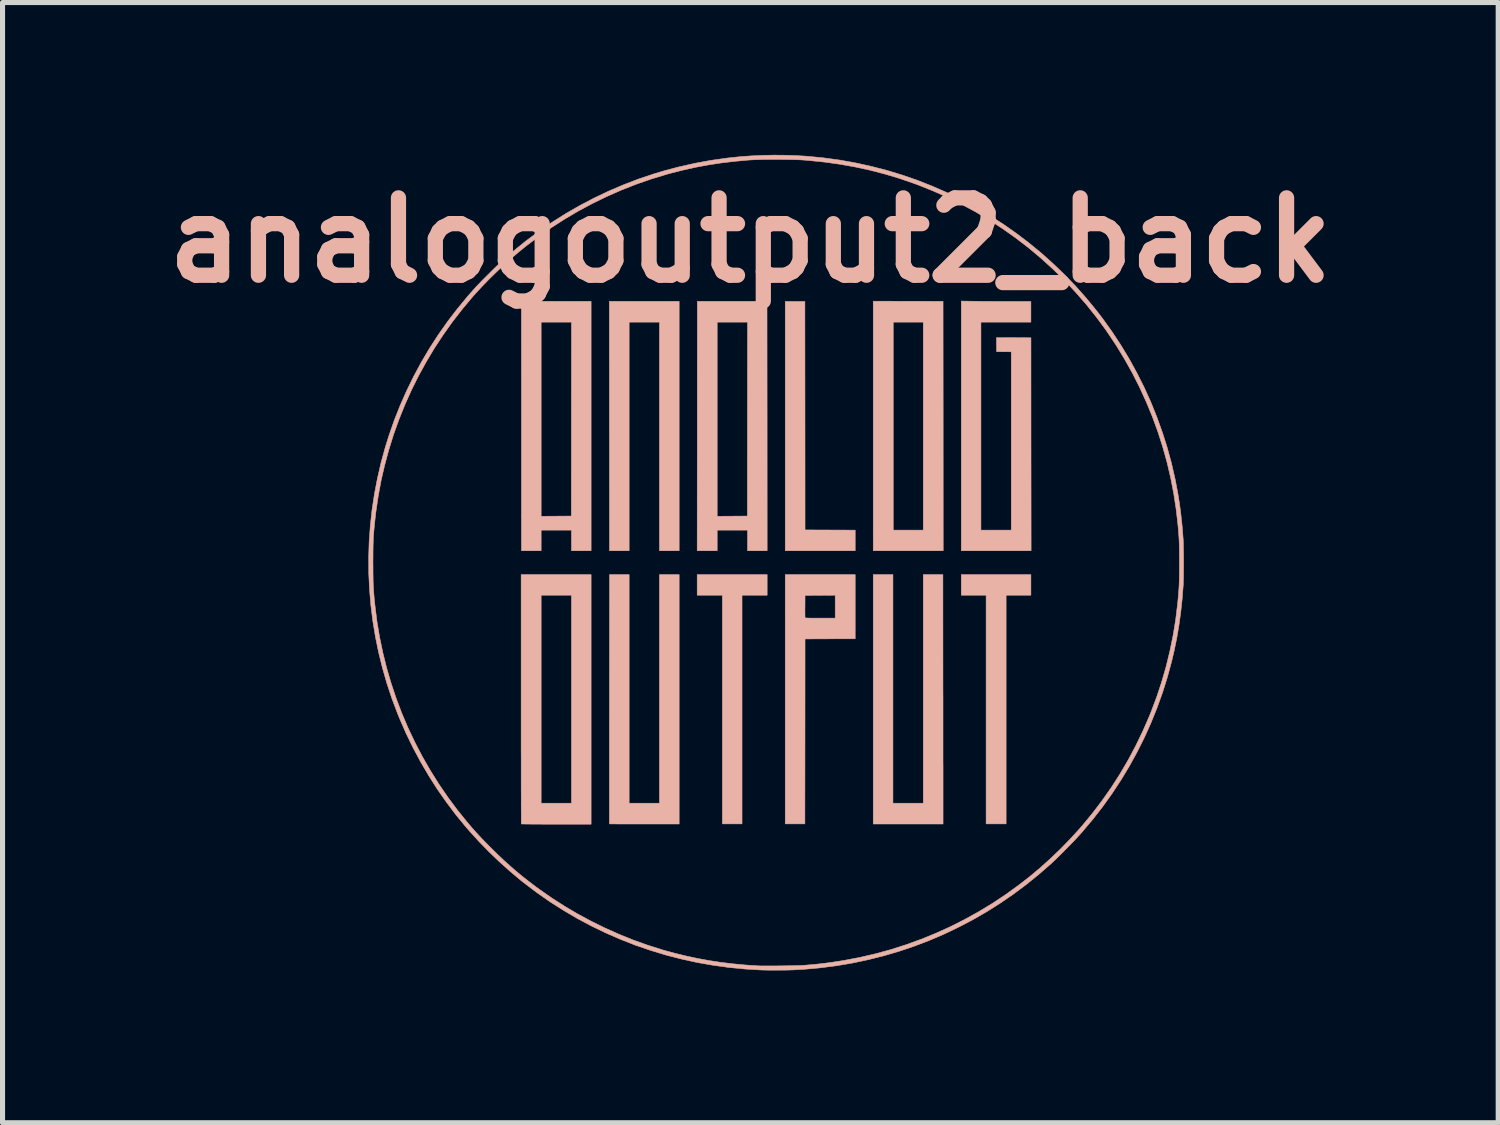
<source format=kicad_pcb>
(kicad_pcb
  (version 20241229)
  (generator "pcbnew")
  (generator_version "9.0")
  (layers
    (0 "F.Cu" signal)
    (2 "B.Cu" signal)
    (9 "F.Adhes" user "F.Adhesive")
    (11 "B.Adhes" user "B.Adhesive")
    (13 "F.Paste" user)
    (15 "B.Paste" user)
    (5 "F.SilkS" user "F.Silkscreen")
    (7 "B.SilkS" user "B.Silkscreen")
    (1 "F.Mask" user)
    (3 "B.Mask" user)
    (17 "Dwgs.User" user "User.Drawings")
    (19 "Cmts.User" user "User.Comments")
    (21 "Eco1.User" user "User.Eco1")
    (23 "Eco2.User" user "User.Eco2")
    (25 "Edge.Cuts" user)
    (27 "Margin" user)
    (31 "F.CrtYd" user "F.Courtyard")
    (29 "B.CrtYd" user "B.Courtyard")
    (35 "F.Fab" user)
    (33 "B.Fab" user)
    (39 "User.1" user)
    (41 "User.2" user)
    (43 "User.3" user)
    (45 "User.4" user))
  (footprint "analogoutput2_back"
    (layer "F.Cu")
    (at 12.236 8.031)
    (property "Reference" "analogoutput2_back" (at -0.508 -6.35 0) (layer "B.SilkS") (effects (font (size 1.524 1.524) (thickness 0.3))))
    (attr through_hole)
    (fp_poly (pts (xy -0.178 0.641) (xy -0.673 0.641) (xy -0.673 5.144) (xy -1.06 5.144) (xy -1.06 0.641) (xy -1.556 0.641) (xy -1.556 0.235) (xy -0.178 0.235) (xy -0.178 0.641)) (stroke (width 0.01) (type solid)) (fill yes) (layer "B.SilkS"))
    (fp_poly (pts (xy 0.567 -2.894) (xy 0.568 -0.645) (xy 1.062 -0.643) (xy 1.556 -0.641) (xy 1.556 -0.235) (xy 0.178 -0.235) (xy 0.178 -5.144) (xy 0.565 -5.144) (xy 0.567 -2.894)) (stroke (width 0.01) (type solid)) (fill yes) (layer "B.SilkS"))
    (fp_poly (pts (xy 5.016 0.641) (xy 4.528 0.641) (xy 4.528 5.144) (xy 4.134 5.144) (xy 4.134 0.641) (xy 3.645 0.641) (xy 3.645 0.235) (xy 5.016 0.235) (xy 5.016 0.641)) (stroke (width 0.01) (type solid)) (fill yes) (layer "B.SilkS"))
    (fp_poly (pts (xy 2.599 -5.148) (xy 3.286 -5.147) (xy 3.288 -2.691) (xy 3.289 -0.235) (xy 1.911 -0.235) (xy 1.911 -4.737) (xy 2.305 -4.737) (xy 2.305 -0.641) (xy 2.896 -0.641) (xy 2.896 -4.737) (xy 2.305 -4.737) (xy 1.911 -4.737) (xy 1.911 -5.15) (xy 2.599 -5.148)) (stroke (width 0.01) (type solid)) (fill yes) (layer "B.SilkS"))
    (fp_poly (pts (xy -0.179 -2.691) (xy -0.178 -0.235) (xy -0.565 -0.235) (xy -0.565 -0.641) (xy -1.162 -0.641) (xy -1.162 -0.235) (xy -1.556 -0.235) (xy -1.554 -2.691) (xy -1.553 -4.737) (xy -1.162 -4.737) (xy -1.162 -0.914) (xy -0.865 -0.916) (xy -0.568 -0.918) (xy -0.567 -2.827) (xy -0.565 -4.737) (xy -1.162 -4.737) (xy -1.553 -4.737) (xy -1.553 -5.147) (xy -0.181 -5.147) (xy -0.179 -2.691)) (stroke (width 0.01) (type solid)) (fill yes) (layer "B.SilkS"))
    (fp_poly (pts (xy 3.935 -5.148) (xy 3.999 -5.147) (xy 4.072 -5.146) (xy 4.153 -5.145) (xy 4.24 -5.145) (xy 4.329 -5.144) (xy 4.419 -5.144) (xy 4.507 -5.144) (xy 4.591 -5.144) (xy 4.621 -5.144) (xy 5.016 -5.144) (xy 5.016 -4.737) (xy 4.032 -4.737) (xy 4.032 -0.641) (xy 4.629 -0.641) (xy 4.629 -4.153) (xy 4.485 -4.154) (xy 4.34 -4.156) (xy 4.339 -4.294) (xy 4.337 -4.432) (xy 4.677 -4.431) (xy 5.017 -4.429) (xy 5.018 -2.332) (xy 5.02 -0.235) (xy 3.645 -0.235) (xy 3.645 -5.152) (xy 3.935 -5.148)) (stroke (width 0.01) (type solid)) (fill yes) (layer "B.SilkS"))
    (fp_poly (pts (xy -1.911 -0.235) (xy -2.299 -0.235) (xy -2.299 -4.737) (xy -2.896 -4.737) (xy -2.896 -0.235) (xy -3.283 -0.235) (xy -3.284 -2.486) (xy -3.285 -2.657) (xy -3.285 -2.825) (xy -3.285 -2.991) (xy -3.285 -3.153) (xy -3.285 -3.312) (xy -3.285 -3.466) (xy -3.285 -3.616) (xy -3.285 -3.76) (xy -3.285 -3.899) (xy -3.286 -4.032) (xy -3.286 -4.157) (xy -3.286 -4.276) (xy -3.286 -4.386) (xy -3.286 -4.488) (xy -3.286 -4.582) (xy -3.286 -4.666) (xy -3.286 -4.74) (xy -3.286 -4.804) (xy -3.286 -4.857) (xy -3.286 -4.899) (xy -3.286 -4.929) (xy -3.286 -4.942) (xy -3.286 -5.147) (xy -2.599 -5.147) (xy -1.911 -5.147) (xy -1.911 -0.235)) (stroke (width 0.01) (type solid)) (fill yes) (layer "B.SilkS"))
    (fp_poly (pts (xy 1.556 1.499) (xy 1.062 1.5) (xy 0.568 1.502) (xy 0.567 3.323) (xy 0.565 5.144) (xy 0.178 5.144) (xy 0.178 0.959) (xy 0.566 0.959) (xy 0.566 1.001) (xy 0.567 1.036) (xy 0.567 1.063) (xy 0.568 1.079) (xy 0.568 1.084) (xy 0.571 1.086) (xy 0.58 1.088) (xy 0.596 1.089) (xy 0.619 1.09) (xy 0.65 1.091) (xy 0.691 1.092) (xy 0.741 1.092) (xy 0.803 1.092) (xy 0.867 1.092) (xy 1.162 1.092) (xy 1.162 0.641) (xy 0.865 0.643) (xy 0.568 0.645) (xy 0.567 0.86) (xy 0.566 0.912) (xy 0.566 0.959) (xy 0.178 0.959) (xy 0.178 0.235) (xy 1.556 0.235) (xy 1.556 1.499)) (stroke (width 0.01) (type solid)) (fill yes) (layer "B.SilkS"))
    (fp_poly (pts (xy 2.299 4.737) (xy 2.896 4.737) (xy 2.896 0.235) (xy 3.283 0.235) (xy 3.284 2.486) (xy 3.285 2.657) (xy 3.285 2.825) (xy 3.285 2.991) (xy 3.285 3.153) (xy 3.285 3.312) (xy 3.285 3.466) (xy 3.285 3.616) (xy 3.285 3.76) (xy 3.285 3.899) (xy 3.286 4.032) (xy 3.286 4.157) (xy 3.286 4.276) (xy 3.286 4.386) (xy 3.286 4.488) (xy 3.286 4.582) (xy 3.286 4.666) (xy 3.286 4.74) (xy 3.286 4.804) (xy 3.286 4.857) (xy 3.286 4.899) (xy 3.286 4.929) (xy 3.286 4.942) (xy 3.286 5.147) (xy 2.599 5.147) (xy 1.911 5.147) (xy 1.911 0.235) (xy 2.299 0.235) (xy 2.299 4.737)) (stroke (width 0.01) (type solid)) (fill yes) (layer "B.SilkS"))
    (fp_poly (pts (xy -3.645 -0.235) (xy -4.032 -0.235) (xy -4.032 -0.641) (xy -4.629 -0.641) (xy -4.629 -0.235) (xy -5.016 -0.235) (xy -5.017 -0.437) (xy -5.017 -0.458) (xy -5.017 -0.492) (xy -5.017 -0.537) (xy -5.017 -0.594) (xy -5.017 -0.662) (xy -5.017 -0.739) (xy -5.017 -0.826) (xy -5.017 -0.923) (xy -5.017 -1.028) (xy -5.017 -1.141) (xy -5.017 -1.261) (xy -5.017 -1.389) (xy -5.017 -1.524) (xy -5.017 -1.664) (xy -5.017 -1.811) (xy -5.017 -1.962) (xy -5.017 -2.118) (xy -5.017 -2.278) (xy -5.017 -2.441) (xy -5.017 -2.608) (xy -5.017 -2.777) (xy -5.017 -2.892) (xy -5.018 -4.737) (xy -4.629 -4.737) (xy -4.629 -0.914) (xy -4.332 -0.916) (xy -4.035 -0.918) (xy -4.034 -2.827) (xy -4.032 -4.737) (xy -4.629 -4.737) (xy -5.018 -4.737) (xy -5.018 -5.147) (xy -4.331 -5.147) (xy -3.645 -5.147) (xy -3.645 -0.235)) (stroke (width 0.01) (type solid)) (fill yes) (layer "B.SilkS"))
    (fp_poly (pts (xy -2.896 4.737) (xy -2.299 4.737) (xy -2.299 0.235) (xy -1.911 0.235) (xy -1.911 5.147) (xy -2.598 5.147) (xy -2.69 5.147) (xy -2.778 5.147) (xy -2.863 5.147) (xy -2.942 5.147) (xy -3.014 5.146) (xy -3.08 5.146) (xy -3.138 5.146) (xy -3.188 5.145) (xy -3.228 5.145) (xy -3.259 5.145) (xy -3.278 5.144) (xy -3.285 5.144) (xy -3.285 5.144) (xy -3.285 5.137) (xy -3.285 5.118) (xy -3.285 5.088) (xy -3.285 5.046) (xy -3.285 4.993) (xy -3.285 4.929) (xy -3.285 4.856) (xy -3.285 4.772) (xy -3.285 4.68) (xy -3.285 4.578) (xy -3.285 4.469) (xy -3.285 4.351) (xy -3.285 4.226) (xy -3.285 4.094) (xy -3.285 3.955) (xy -3.285 3.81) (xy -3.285 3.659) (xy -3.285 3.503) (xy -3.285 3.342) (xy -3.285 3.177) (xy -3.284 3.007) (xy -3.284 2.834) (xy -3.284 2.688) (xy -3.282 0.235) (xy -2.896 0.235) (xy -2.896 4.737)) (stroke (width 0.01) (type solid)) (fill yes) (layer "B.SilkS"))
    (fp_poly (pts (xy -3.645 5.15) (xy -4.33 5.15) (xy -4.422 5.15) (xy -4.51 5.15) (xy -4.595 5.15) (xy -4.674 5.149) (xy -4.747 5.149) (xy -4.813 5.149) (xy -4.871 5.148) (xy -4.921 5.148) (xy -4.961 5.147) (xy -4.992 5.147) (xy -5.011 5.146) (xy -5.019 5.146) (xy -5.019 5.146) (xy -5.019 5.139) (xy -5.019 5.12) (xy -5.02 5.089) (xy -5.02 5.047) (xy -5.02 4.994) (xy -5.02 4.931) (xy -5.021 4.857) (xy -5.021 4.774) (xy -5.021 4.681) (xy -5.021 4.58) (xy -5.022 4.47) (xy -5.022 4.352) (xy -5.022 4.227) (xy -5.022 4.095) (xy -5.022 3.956) (xy -5.022 3.811) (xy -5.023 3.66) (xy -5.023 3.504) (xy -5.023 3.343) (xy -5.023 3.178) (xy -5.023 3.008) (xy -5.023 2.835) (xy -5.023 2.688) (xy -5.023 0.641) (xy -4.629 0.641) (xy -4.629 4.737) (xy -4.032 4.737) (xy -4.032 0.641) (xy -4.629 0.641) (xy -5.023 0.641) (xy -5.023 0.235) (xy -3.645 0.235) (xy -3.645 5.15)) (stroke (width 0.01) (type solid)) (fill yes) (layer "B.SilkS"))
    (fp_poly (pts (xy 0.175 -8.024) (xy 0.391 -8.017) (xy 0.599 -8.005) (xy 0.61 -8.004) (xy 0.928 -7.973) (xy 1.245 -7.93) (xy 1.558 -7.874) (xy 1.868 -7.806) (xy 2.175 -7.727) (xy 2.478 -7.635) (xy 2.777 -7.532) (xy 3.071 -7.416) (xy 3.361 -7.289) (xy 3.646 -7.151) (xy 3.926 -7.001) (xy 4.2 -6.84) (xy 4.469 -6.668) (xy 4.724 -6.489) (xy 4.972 -6.301) (xy 5.214 -6.103) (xy 5.448 -5.894) (xy 5.675 -5.676) (xy 5.893 -5.45) (xy 6.102 -5.215) (xy 6.3 -4.974) (xy 6.434 -4.8) (xy 6.619 -4.541) (xy 6.793 -4.276) (xy 6.957 -4.004) (xy 7.109 -3.726) (xy 7.251 -3.443) (xy 7.381 -3.155) (xy 7.499 -2.861) (xy 7.606 -2.563) (xy 7.702 -2.261) (xy 7.785 -1.956) (xy 7.856 -1.647) (xy 7.909 -1.368) (xy 7.937 -1.196) (xy 7.961 -1.025) (xy 7.981 -0.852) (xy 7.999 -0.674) (xy 8.013 -0.488) (xy 8.015 -0.46) (xy 8.017 -0.42) (xy 8.019 -0.369) (xy 8.02 -0.309) (xy 8.021 -0.241) (xy 8.022 -0.168) (xy 8.023 -0.091) (xy 8.023 -0.012) (xy 8.023 0.068) (xy 8.022 0.145) (xy 8.022 0.22) (xy 8.021 0.289) (xy 8.019 0.351) (xy 8.018 0.405) (xy 8.016 0.448) (xy 8.015 0.457) (xy 7.994 0.725) (xy 7.966 0.984) (xy 7.931 1.236) (xy 7.889 1.483) (xy 7.839 1.726) (xy 7.788 1.943) (xy 7.704 2.253) (xy 7.608 2.559) (xy 7.5 2.859) (xy 7.381 3.154) (xy 7.251 3.443) (xy 7.109 3.727) (xy 6.956 4.005) (xy 6.792 4.277) (xy 6.617 4.543) (xy 6.431 4.803) (xy 6.234 5.056) (xy 6.026 5.302) (xy 5.954 5.383) (xy 5.922 5.418) (xy 5.883 5.46) (xy 5.837 5.508) (xy 5.787 5.559) (xy 5.734 5.613) (xy 5.68 5.668) (xy 5.625 5.723) (xy 5.573 5.775) (xy 5.523 5.824) (xy 5.478 5.867) (xy 5.439 5.903) (xy 5.42 5.922) (xy 5.177 6.134) (xy 4.928 6.336) (xy 4.672 6.527) (xy 4.41 6.707) (xy 4.142 6.876) (xy 3.868 7.034) (xy 3.588 7.18) (xy 3.304 7.316) (xy 3.014 7.44) (xy 2.72 7.552) (xy 2.421 7.653) (xy 2.118 7.742) (xy 1.811 7.819) (xy 1.501 7.885) (xy 1.186 7.938) (xy 0.869 7.979) (xy 0.549 8.008) (xy 0.333 8.02) (xy 0.294 8.021) (xy 0.245 8.023) (xy 0.187 8.024) (xy 0.124 8.024) (xy 0.058 8.025) (xy -0.01 8.025) (xy -0.076 8.025) (xy -0.139 8.025) (xy -0.196 8.024) (xy -0.246 8.023) (xy -0.285 8.022) (xy -0.289 8.022) (xy -0.611 8.003) (xy -0.93 7.972) (xy -1.246 7.928) (xy -1.56 7.873) (xy -1.869 7.805) (xy -2.176 7.726) (xy -2.478 7.634) (xy -2.776 7.532) (xy -3.069 7.417) (xy -3.358 7.291) (xy -3.641 7.154) (xy -3.919 7.006) (xy -4.191 6.846) (xy -4.458 6.676) (xy -4.718 6.494) (xy -4.971 6.302) (xy -5.026 6.259) (xy -5.237 6.082) (xy -5.446 5.895) (xy -5.651 5.699) (xy -5.849 5.496) (xy -6.038 5.288) (xy -6.106 5.21) (xy -6.304 4.97) (xy -6.492 4.72) (xy -6.672 4.463) (xy -6.841 4.198) (xy -7 3.927) (xy -7.149 3.649) (xy -7.287 3.366) (xy -7.413 3.077) (xy -7.455 2.975) (xy -7.567 2.678) (xy -7.667 2.377) (xy -7.754 2.073) (xy -7.83 1.767) (xy -7.893 1.458) (xy -7.944 1.148) (xy -7.983 0.836) (xy -8.009 0.524) (xy -8.024 0.21) (xy -8.025 0) (xy -7.941 0) (xy -7.94 0.096) (xy -7.94 0.182) (xy -7.939 0.258) (xy -7.938 0.326) (xy -7.937 0.389) (xy -7.934 0.449) (xy -7.931 0.505) (xy -7.928 0.562) (xy -7.923 0.62) (xy -7.918 0.68) (xy -7.912 0.746) (xy -7.904 0.818) (xy -7.902 0.838) (xy -7.863 1.152) (xy -7.811 1.463) (xy -7.747 1.771) (xy -7.671 2.076) (xy -7.583 2.377) (xy -7.483 2.675) (xy -7.372 2.968) (xy -7.249 3.256) (xy -7.114 3.54) (xy -6.969 3.818) (xy -6.812 4.091) (xy -6.645 4.358) (xy -6.467 4.618) (xy -6.278 4.872) (xy -6.084 5.112) (xy -6.025 5.181) (xy -5.968 5.247) (xy -5.912 5.31) (xy -5.854 5.373) (xy -5.792 5.439) (xy -5.725 5.508) (xy -5.652 5.582) (xy -5.62 5.614) (xy -5.492 5.74) (xy -5.368 5.858) (xy -5.246 5.968) (xy -5.124 6.074) (xy -5 6.177) (xy -4.871 6.278) (xy -4.736 6.381) (xy -4.663 6.434) (xy -4.421 6.603) (xy -4.17 6.764) (xy -3.911 6.917) (xy -3.645 7.06) (xy -3.375 7.193) (xy -3.1 7.316) (xy -2.822 7.429) (xy -2.542 7.529) (xy -2.261 7.618) (xy -2.226 7.629) (xy -1.996 7.692) (xy -1.77 7.747) (xy -1.545 7.795) (xy -1.32 7.836) (xy -1.092 7.871) (xy -0.858 7.899) (xy -0.618 7.922) (xy -0.368 7.939) (xy -0.349 7.94) (xy -0.321 7.941) (xy -0.282 7.942) (xy -0.234 7.942) (xy -0.177 7.942) (xy -0.114 7.942) (xy -0.046 7.942) (xy 0.025 7.941) (xy 0.097 7.94) (xy 0.17 7.939) (xy 0.241 7.938) (xy 0.309 7.937) (xy 0.372 7.935) (xy 0.429 7.934) (xy 0.478 7.932) (xy 0.518 7.93) (xy 0.546 7.929) (xy 0.691 7.917) (xy 0.826 7.904) (xy 0.955 7.889) (xy 1.083 7.872) (xy 1.212 7.853) (xy 1.34 7.832) (xy 1.649 7.773) (xy 1.956 7.702) (xy 2.259 7.619) (xy 2.559 7.523) (xy 2.854 7.416) (xy 3.145 7.298) (xy 3.431 7.168) (xy 3.712 7.026) (xy 3.987 6.874) (xy 4.256 6.711) (xy 4.518 6.537) (xy 4.774 6.352) (xy 4.982 6.191) (xy 5.19 6.017) (xy 5.394 5.834) (xy 5.594 5.643) (xy 5.785 5.447) (xy 5.967 5.248) (xy 6.022 5.185) (xy 6.225 4.939) (xy 6.418 4.686) (xy 6.6 4.426) (xy 6.771 4.16) (xy 6.931 3.887) (xy 7.08 3.607) (xy 7.218 3.322) (xy 7.345 3.031) (xy 7.376 2.955) (xy 7.489 2.657) (xy 7.589 2.356) (xy 7.677 2.052) (xy 7.752 1.745) (xy 7.816 1.435) (xy 7.867 1.123) (xy 7.905 0.809) (xy 7.912 0.74) (xy 7.918 0.674) (xy 7.923 0.616) (xy 7.927 0.562) (xy 7.931 0.511) (xy 7.934 0.461) (xy 7.936 0.411) (xy 7.938 0.359) (xy 7.939 0.302) (xy 7.94 0.24) (xy 7.94 0.171) (xy 7.941 0.093) (xy 7.941 0.003) (xy 7.941 0) (xy 7.941 -0.09) (xy 7.94 -0.169) (xy 7.94 -0.238) (xy 7.939 -0.3) (xy 7.938 -0.357) (xy 7.936 -0.409) (xy 7.934 -0.459) (xy 7.931 -0.509) (xy 7.927 -0.56) (xy 7.923 -0.614) (xy 7.918 -0.672) (xy 7.912 -0.738) (xy 7.912 -0.74) (xy 7.876 -1.053) (xy 7.828 -1.365) (xy 7.768 -1.674) (xy 7.696 -1.98) (xy 7.611 -2.283) (xy 7.515 -2.582) (xy 7.407 -2.878) (xy 7.287 -3.168) (xy 7.156 -3.454) (xy 7.014 -3.735) (xy 6.86 -4.01) (xy 6.696 -4.28) (xy 6.52 -4.542) (xy 6.491 -4.585) (xy 6.304 -4.838) (xy 6.107 -5.085) (xy 5.899 -5.323) (xy 5.683 -5.554) (xy 5.456 -5.776) (xy 5.221 -5.99) (xy 4.977 -6.195) (xy 4.953 -6.214) (xy 4.709 -6.401) (xy 4.457 -6.579) (xy 4.197 -6.748) (xy 3.929 -6.907) (xy 3.655 -7.055) (xy 3.375 -7.194) (xy 3.089 -7.321) (xy 2.799 -7.437) (xy 2.718 -7.467) (xy 2.434 -7.565) (xy 2.148 -7.651) (xy 1.859 -7.727) (xy 1.564 -7.791) (xy 1.265 -7.845) (xy 0.96 -7.888) (xy 0.649 -7.92) (xy 0.54 -7.929) (xy 0.489 -7.932) (xy 0.427 -7.935) (xy 0.355 -7.937) (xy 0.277 -7.939) (xy 0.193 -7.94) (xy 0.105 -7.941) (xy 0.015 -7.941) (xy -0.076 -7.941) (xy -0.165 -7.941) (xy -0.25 -7.94) (xy -0.331 -7.938) (xy -0.404 -7.936) (xy -0.47 -7.933) (xy -0.525 -7.93) (xy -0.54 -7.929) (xy -0.816 -7.904) (xy -1.083 -7.872) (xy -1.344 -7.832) (xy -1.6 -7.784) (xy -1.854 -7.727) (xy -2.108 -7.662) (xy -2.157 -7.648) (xy -2.457 -7.557) (xy -2.753 -7.454) (xy -3.046 -7.339) (xy -3.333 -7.213) (xy -3.616 -7.075) (xy -3.893 -6.927) (xy -4.164 -6.767) (xy -4.428 -6.598) (xy -4.685 -6.418) (xy -4.935 -6.229) (xy -5.07 -6.119) (xy -5.215 -5.995) (xy -5.361 -5.864) (xy -5.507 -5.727) (xy -5.65 -5.587) (xy -5.787 -5.446) (xy -5.916 -5.307) (xy -5.979 -5.236) (xy -6.182 -4.993) (xy -6.376 -4.743) (xy -6.559 -4.486) (xy -6.732 -4.223) (xy -6.893 -3.953) (xy -7.044 -3.678) (xy -7.184 -3.397) (xy -7.312 -3.111) (xy -7.429 -2.82) (xy -7.535 -2.525) (xy -7.628 -2.226) (xy -7.71 -1.923) (xy -7.781 -1.617) (xy -7.838 -1.307) (xy -7.884 -0.995) (xy -7.902 -0.838) (xy -7.91 -0.764) (xy -7.916 -0.697) (xy -7.922 -0.635) (xy -7.927 -0.577) (xy -7.931 -0.52) (xy -7.934 -0.463) (xy -7.936 -0.405) (xy -7.938 -0.343) (xy -7.939 -0.276) (xy -7.94 -0.202) (xy -7.94 -0.119) (xy -7.941 -0.026) (xy -7.941 0) (xy -8.025 0) (xy -8.026 -0.104) (xy -8.016 -0.418) (xy -7.993 -0.731) (xy -7.959 -1.044) (xy -7.912 -1.355) (xy -7.852 -1.665) (xy -7.781 -1.973) (xy -7.697 -2.278) (xy -7.629 -2.496) (xy -7.524 -2.797) (xy -7.407 -3.093) (xy -7.279 -3.383) (xy -7.139 -3.669) (xy -6.989 -3.948) (xy -6.827 -4.222) (xy -6.654 -4.489) (xy -6.471 -4.749) (xy -6.277 -5.002) (xy -6.073 -5.249) (xy -5.922 -5.42) (xy -5.892 -5.452) (xy -5.854 -5.491) (xy -5.811 -5.536) (xy -5.763 -5.585) (xy -5.712 -5.636) (xy -5.66 -5.688) (xy -5.608 -5.74) (xy -5.558 -5.789) (xy -5.511 -5.835) (xy -5.469 -5.875) (xy -5.433 -5.909) (xy -5.42 -5.922) (xy -5.179 -6.133) (xy -4.931 -6.334) (xy -4.676 -6.524) (xy -4.414 -6.704) (xy -4.145 -6.874) (xy -3.87 -7.032) (xy -3.59 -7.179) (xy -3.304 -7.315) (xy -3.012 -7.44) (xy -2.715 -7.554) (xy -2.414 -7.655) (xy -2.223 -7.713) (xy -1.914 -7.795) (xy -1.602 -7.865) (xy -1.287 -7.923) (xy -0.97 -7.968) (xy -0.686 -7.998) (xy -0.478 -8.012) (xy -0.263 -8.022) (xy -0.044 -8.026) (xy 0.175 -8.024)) (stroke (width 0.01) (type solid)) (fill yes) (layer "B.SilkS")))
  (gr_rect
    (start -3 -3)
    (end 26.455 19.061)
    (stroke (width 0.1) (type default))
    (fill no)
    (layer "Edge.Cuts")))
</source>
